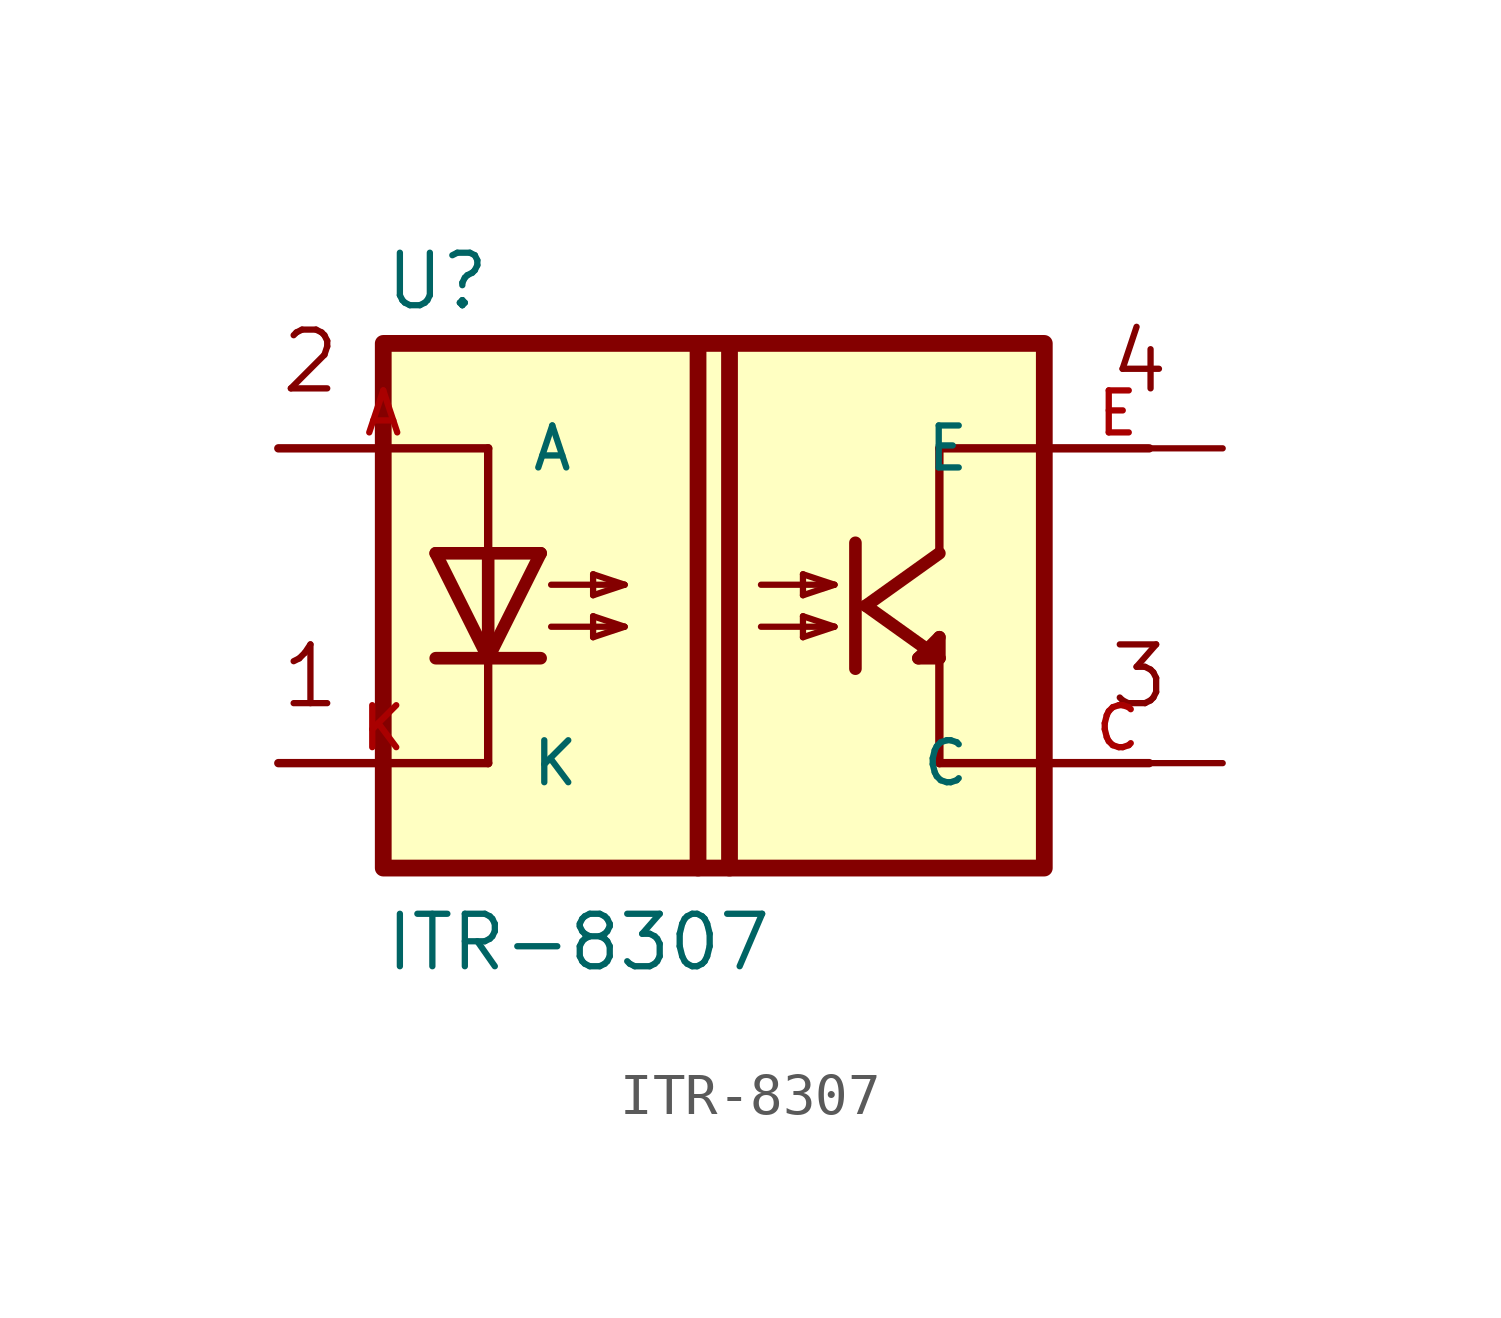
<source format=kicad_sym>
(kicad_symbol_lib
  (version 20211014)
  (generator kicad_symbol_editor)
  (symbol "ITR-8307"
    (pin_names
      (offset 1.016))
    (property "Reference" "U"
      (at -10.16 5.842 0)
      (effects (font (size 1.27 1.27)) (justify bottom left)))
    (property "Value" "ITR-8307"
      (at -10.16 -10.16 0)
      (effects (font (size 1.27 1.27)) (justify bottom left)))
    (symbol "ITR-8307_0_0"
      (polyline (pts (xy -2.54 5.08) (xy -2.54 -7.62)) (stroke (width 0.406)))
      (polyline (pts (xy -8.89 0.0) (xy -7.62 0.0)) (stroke (width 0.305)))
      (polyline (pts (xy -7.62 0.0) (xy -6.35 0.0)) (stroke (width 0.305)))
      (polyline (pts (xy -6.35 0.0) (xy -7.62 -2.54)) (stroke (width 0.305)))
      (polyline (pts (xy -7.62 -2.54) (xy -8.89 0.0)) (stroke (width 0.305)))
      (polyline (pts (xy -7.62 -2.54) (xy -7.62 0.0)) (stroke (width 0.305)))
      (polyline (pts (xy -8.89 -2.54) (xy -7.62 -2.54)) (stroke (width 0.305)))
      (polyline (pts (xy -7.62 -2.54) (xy -6.35 -2.54)) (stroke (width 0.305)))
      (polyline (pts (xy -7.62 0.0) (xy -7.62 2.54)) (stroke (width 0.203)))
      (polyline (pts (xy -7.62 2.54) (xy -12.7 2.54)) (stroke (width 0.203)))
      (polyline (pts (xy -7.62 -2.54) (xy -7.62 -5.08)) (stroke (width 0.203)))
      (polyline (pts (xy -7.62 -5.08) (xy -12.7 -5.08)) (stroke (width 0.203)))
      (polyline (pts (xy -1.778 -7.62) (xy -1.778 5.08)) (stroke (width 0.406)))
      (polyline (pts (xy 3.302 -2.54) (xy 3.302 -5.08)) (stroke (width 0.203)))
      (polyline (pts (xy 3.302 -5.08) (xy 8.382 -5.08)) (stroke (width 0.203)))
      (polyline (pts (xy 3.302 0.0) (xy 3.302 2.54)) (stroke (width 0.203)))
      (polyline (pts (xy 3.302 2.54) (xy 8.382 2.54)) (stroke (width 0.203)))
      (polyline (pts (xy -6.096 -0.762) (xy -4.318 -0.762)) (stroke (width 0.152)))
      (polyline (pts (xy -4.318 -0.762) (xy -5.08 -1.016)) (stroke (width 0.152)))
      (polyline (pts (xy -5.08 -1.016) (xy -5.08 -0.508)) (stroke (width 0.152)))
      (polyline (pts (xy -5.08 -0.508) (xy -4.318 -0.762)) (stroke (width 0.152)))
      (polyline (pts (xy -6.096 -1.778) (xy -4.318 -1.778)) (stroke (width 0.152)))
      (polyline (pts (xy -4.318 -1.778) (xy -5.08 -2.032)) (stroke (width 0.152)))
      (polyline (pts (xy -5.08 -2.032) (xy -5.08 -1.524)) (stroke (width 0.152)))
      (polyline (pts (xy -5.08 -1.524) (xy -4.318 -1.778)) (stroke (width 0.152)))
      (polyline (pts (xy 3.302 0.0) (xy 1.524 -1.27)) (stroke (width 0.305)))
      (polyline (pts (xy 1.524 -1.27) (xy 3.302 -2.54)) (stroke (width 0.305)))
      (polyline (pts (xy 1.27 0.254) (xy 1.27 -2.794)) (stroke (width 0.305)))
      (polyline (pts (xy 3.302 -2.54) (xy 3.302 -2.032)) (stroke (width 0.305)))
      (polyline (pts (xy 3.302 -2.032) (xy 2.794 -2.54)) (stroke (width 0.305)))
      (polyline (pts (xy 2.794 -2.54) (xy 3.302 -2.54)) (stroke (width 0.305)))
      (polyline (pts (xy -1.016 -0.762) (xy 0.762 -0.762)) (stroke (width 0.152)))
      (polyline (pts (xy 0.762 -0.762) (xy 0.0 -1.016)) (stroke (width 0.152)))
      (polyline (pts (xy 0.0 -1.016) (xy 0.0 -0.508)) (stroke (width 0.152)))
      (polyline (pts (xy 0.0 -0.508) (xy 0.762 -0.762)) (stroke (width 0.152)))
      (polyline (pts (xy -1.016 -1.778) (xy 0.762 -1.778)) (stroke (width 0.152)))
      (polyline (pts (xy 0.762 -1.778) (xy 0.0 -2.032)) (stroke (width 0.152)))
      (polyline (pts (xy 0.0 -2.032) (xy 0.0 -1.524)) (stroke (width 0.152)))
      (polyline (pts (xy 0.0 -1.524) (xy 0.762 -1.778)) (stroke (width 0.152)))
      (text "2" (at -12.7 3.81 0) (effects (font (size 1.422 1.422)) (justify bottom left)))
      (text "1" (at -12.7 -3.81 0) (effects (font (size 1.422 1.422)) (justify bottom left)))
      (text "4" (at 7.366 3.81 0) (effects (font (size 1.422 1.422)) (justify bottom left)))
      (text "3" (at 7.366 -3.81 0) (effects (font (size 1.422 1.422)) (justify bottom left)))
      (rectangle (start -10.16 -7.62) (end 5.842 5.08) (stroke (width 0.406)) (fill (type background)))
      (pin input line (at -12.7 2.54 0) (length 5.08) (name "A" (effects (font (size 1.016 1.016)))) (number "A" (effects (font (size 1.016 1.016)))))
      (pin output line (at 10.16 -5.08 180.0) (length 5.08) (name "C" (effects (font (size 1.016 1.016)))) (number "C" (effects (font (size 1.016 1.016)))))
      (pin power_in line (at 10.16 2.54 180.0) (length 5.08) (name "E" (effects (font (size 1.016 1.016)))) (number "E" (effects (font (size 1.016 1.016)))))
      (pin power_in line (at -12.7 -5.08 0) (length 5.08) (name "K" (effects (font (size 1.016 1.016)))) (number "K" (effects (font (size 1.016 1.016))))))))
</source>
